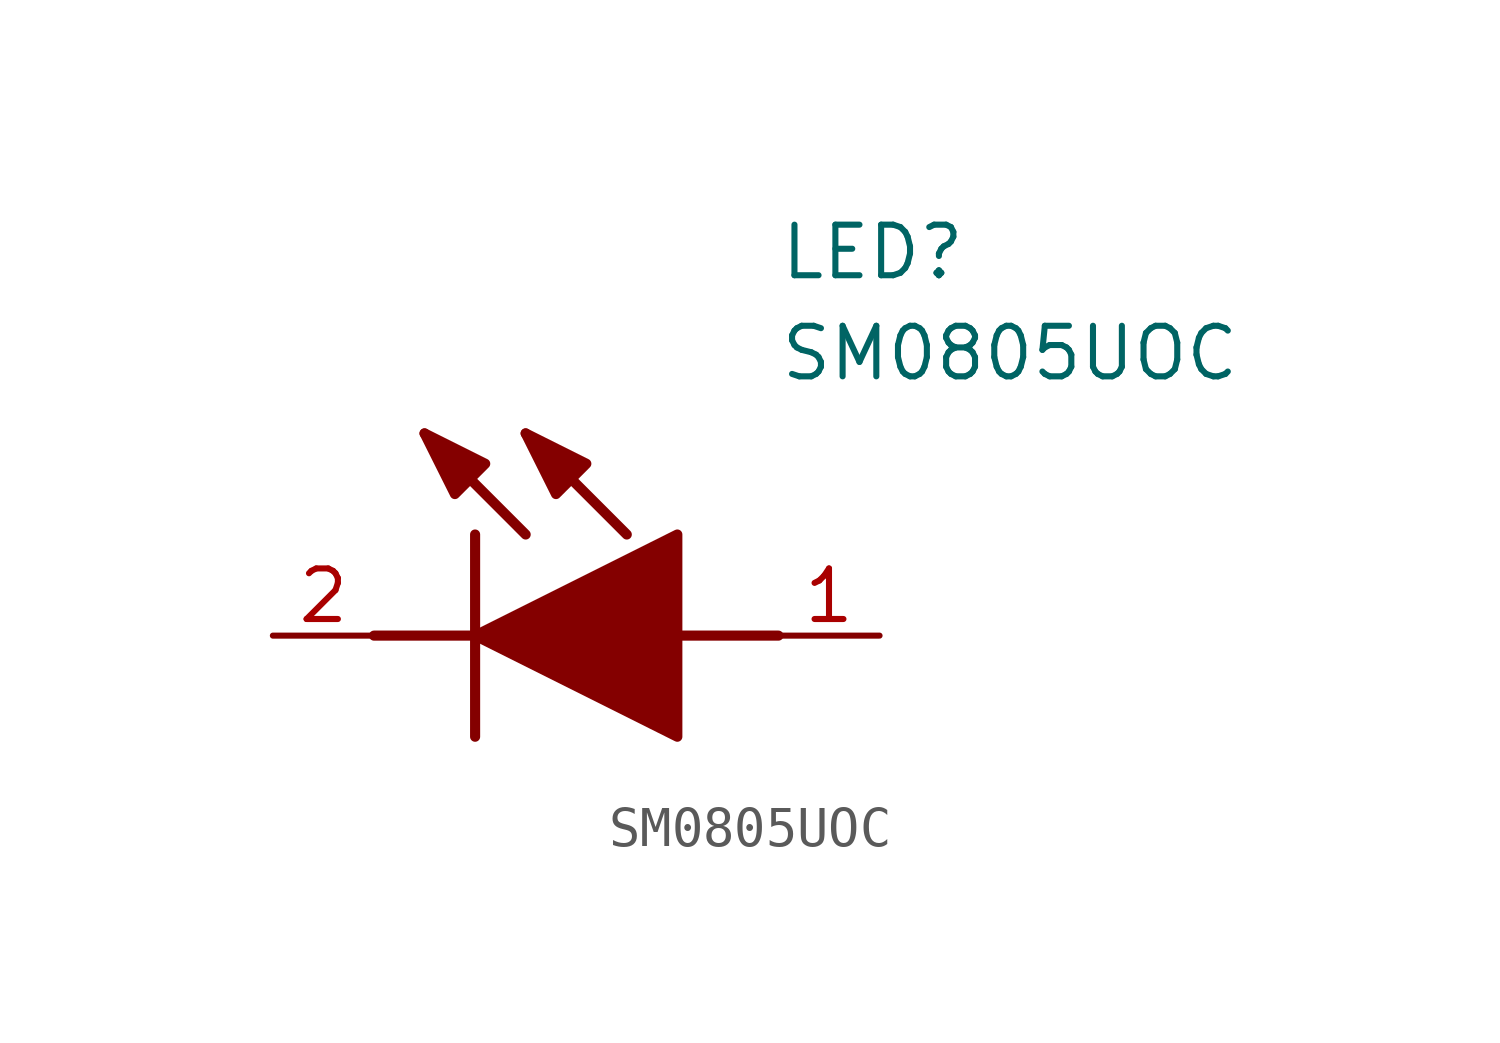
<source format=kicad_sym>
(kicad_symbol_lib
  (version 20211014)
  (generator SamacSys_ECAD_Model)
  (symbol "SM0805UOC"
    (pin_names hide)
    (property "Reference" "LED"
      (at 12.7 8.89 0)
      (effects (font (size 1.27 1.27)) (justify left bottom)))
    (property "Value" "SM0805UOC"
      (at 12.7 6.35 0)
      (effects (font (size 1.27 1.27)) (justify left bottom)))
    (polyline
      (pts (xy 5.08 2.54) (xy 5.08 -2.54))
      (stroke (width 0.254) (type default))
      (fill (type none)))
    (polyline
      (pts (xy 6.35 2.54) (xy 3.81 5.08))
      (stroke (width 0.254) (type default))
      (fill (type none)))
    (polyline
      (pts (xy 8.89 2.54) (xy 6.35 5.08))
      (stroke (width 0.254) (type default))
      (fill (type none)))
    (polyline
      (pts (xy 2.54 0) (xy 5.08 0))
      (stroke (width 0.254) (type default))
      (fill (type none)))
    (polyline
      (pts (xy 10.16 0) (xy 12.7 0))
      (stroke (width 0.254) (type default))
      (fill (type none)))
    (polyline
      (pts (xy 5.08 0) (xy 10.16 2.54) (xy 10.16 -2.54) (xy 5.08 0))
      (stroke (width 0.254) (type default))
      (fill (type outline)))
    (polyline
      (pts (xy 5.334 4.318) (xy 4.572 3.556) (xy 3.81 5.08) (xy 5.334 4.318))
      (stroke (width 0.254) (type default))
      (fill (type outline)))
    (polyline
      (pts (xy 7.874 4.318) (xy 7.112 3.556) (xy 6.35 5.08) (xy 7.874 4.318))
      (stroke (width 0.254) (type default))
      (fill (type outline)))
    (pin passive line
      (at 0 0 0)
      (length 2.54)
      (name "K" (effects (font (size 1.27 1.27))))
      (number "2" (effects (font (size 1.27 1.27)))))
    (pin passive line
      (at 15.24 0 180)
      (length 2.54)
      (name "A" (effects (font (size 1.27 1.27))))
      (number "1" (effects (font (size 1.27 1.27)))))))
</source>
